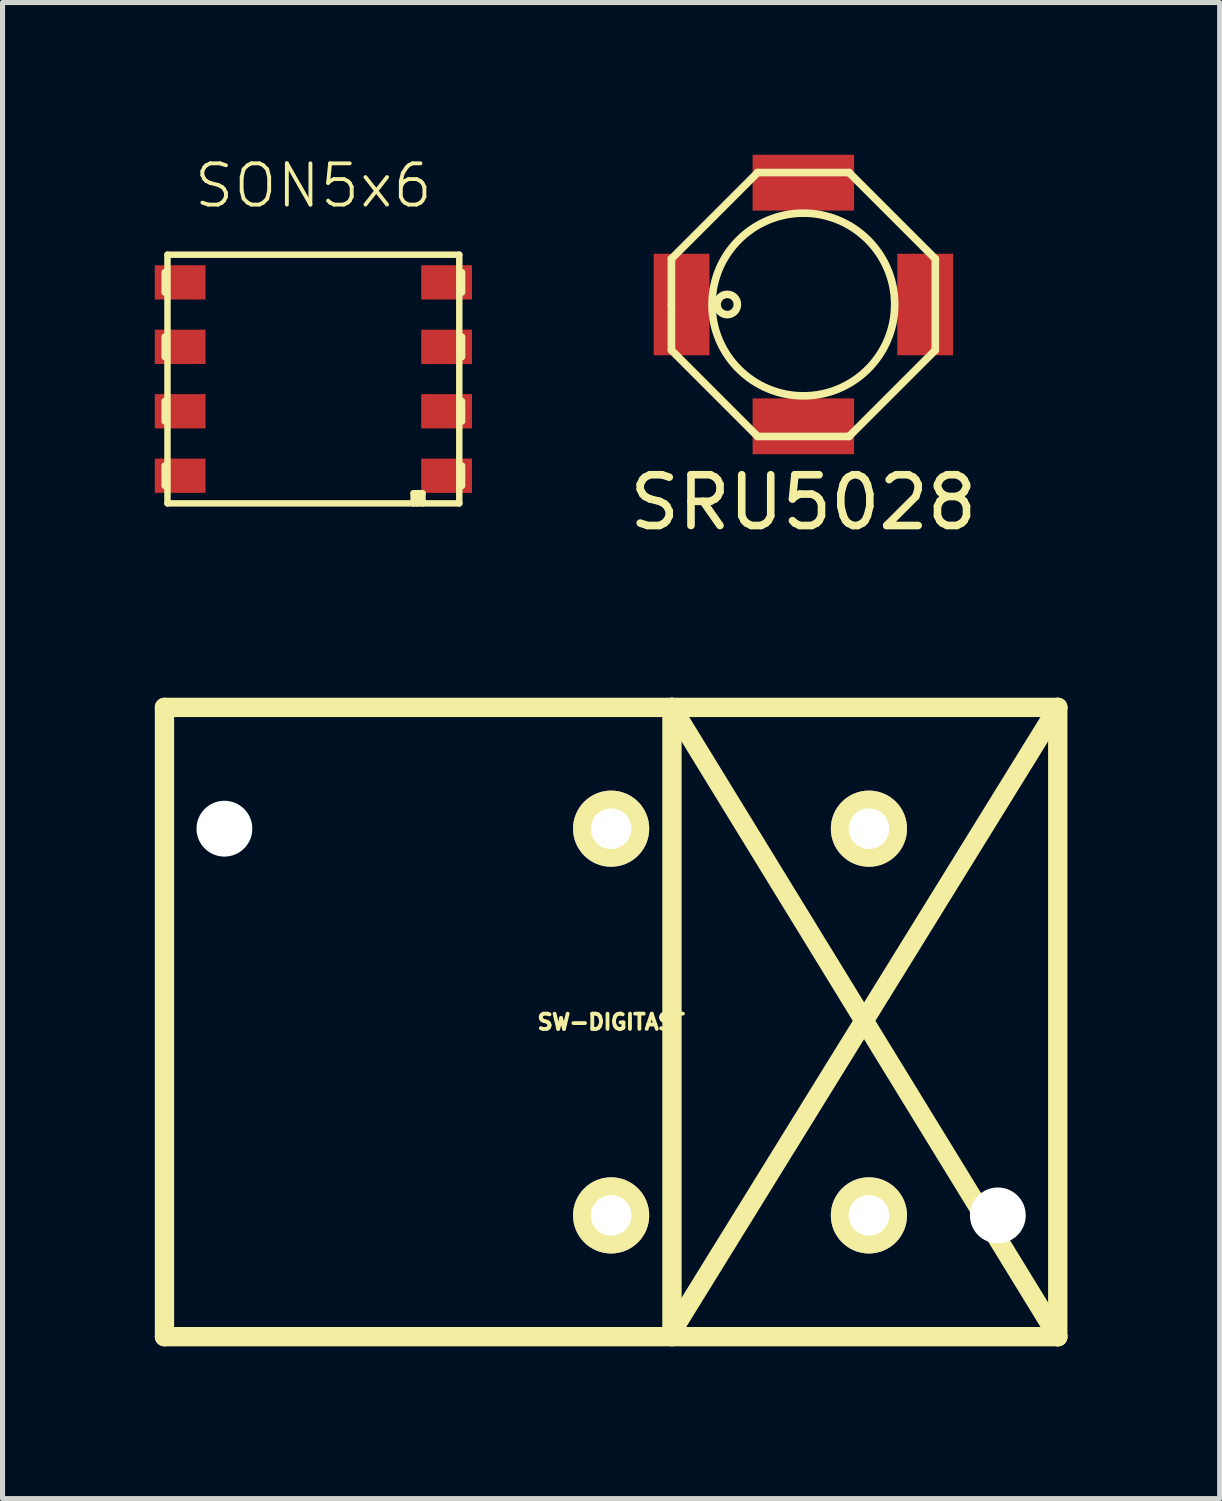
<source format=kicad_pcb>
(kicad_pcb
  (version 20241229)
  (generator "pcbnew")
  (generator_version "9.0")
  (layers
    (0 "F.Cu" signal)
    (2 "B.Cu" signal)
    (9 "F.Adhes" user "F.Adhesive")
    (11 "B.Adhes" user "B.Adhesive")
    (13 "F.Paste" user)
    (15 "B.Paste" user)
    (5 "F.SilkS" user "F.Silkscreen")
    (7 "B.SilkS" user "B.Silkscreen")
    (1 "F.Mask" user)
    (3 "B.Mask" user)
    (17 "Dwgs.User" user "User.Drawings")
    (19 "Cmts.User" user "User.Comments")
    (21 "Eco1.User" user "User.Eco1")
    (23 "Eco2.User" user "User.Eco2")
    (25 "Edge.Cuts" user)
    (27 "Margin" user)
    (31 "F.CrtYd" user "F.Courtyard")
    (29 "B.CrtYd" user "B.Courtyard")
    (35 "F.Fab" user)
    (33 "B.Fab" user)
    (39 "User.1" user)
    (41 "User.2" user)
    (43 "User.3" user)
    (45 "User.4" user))
  (footprint "SW-DIGITAST"
    (layer "F.Cu")
    (at 8.992 17.089)
    (property "Reference" "SW-DIGITAST" (at 0 0 0) (layer "F.SilkS") (effects (font (size 0.3 0.3) (thickness 0.076))))
    (attr through_hole)
    (fp_line (start -8.801 -6.2) (end 8.801 -6.2) (stroke (width 0.381) (type solid)) (layer "F.SilkS"))
    (fp_line (start -8.801 6.2) (end -8.801 -6.2) (stroke (width 0.381) (type solid)) (layer "F.SilkS"))
    (fp_line (start 1.199 -6.2) (end 1.199 6.2) (stroke (width 0.381) (type solid)) (layer "F.SilkS"))
    (fp_line (start 1.199 -6.2) (end 8.801 6.2) (stroke (width 0.381) (type solid)) (layer "F.SilkS"))
    (fp_line (start 1.199 6.101) (end 8.801 -6.2) (stroke (width 0.381) (type solid)) (layer "F.SilkS"))
    (fp_line (start 8.801 -6.2) (end 8.801 6.2) (stroke (width 0.381) (type solid)) (layer "F.SilkS"))
    (fp_line (start 8.801 6.2) (end -8.801 6.2) (stroke (width 0.381) (type solid)) (layer "F.SilkS"))
    (pad "" np_thru_hole circle (at -7.62 -3.81) (size 1.1 1.1) (drill 1.1) (layers "*.Cu"))
    (pad "" np_thru_hole circle (at 7.62 3.81) (size 1.1 1.1) (drill 1.1) (layers "*.Cu"))
    (pad "1" thru_hole circle (at 0 -3.81) (size 1.501 1.501) (drill 0.8) (layers "*.Cu" "*.Mask" "F.SilkS"))
    (pad "1" thru_hole circle (at 0 3.81) (size 1.501 1.501) (drill 0.8) (layers "*.Cu" "*.Mask" "F.SilkS"))
    (pad "2" thru_hole circle (at 5.08 3.81) (size 1.501 1.501) (drill 0.8) (layers "*.Cu" "*.Mask" "F.SilkS"))
    (pad "3" thru_hole circle (at 5.08 -3.81) (size 1.501 1.501) (drill 0.8) (layers "*.Cu" "*.Mask" "F.SilkS")))
  (footprint "SON5x6"
    (layer "F.Cu")
    (at 3.125 4.419)
    (property "Reference" "SON5x6" (at 0 -3.81 0) (layer "F.SilkS") (effects (font (size 0.813 0.813) (thickness 0.076))))
    (attr through_hole)
    (fp_line (start -2.93 -2.105) (end -2.93 -1.705) (stroke (width 0.127) (type solid)) (layer "F.SilkS"))
    (fp_line (start -2.93 -0.835) (end -2.93 -0.435) (stroke (width 0.127) (type solid)) (layer "F.SilkS"))
    (fp_line (start -2.93 0.835) (end -2.93 0.435) (stroke (width 0.127) (type solid)) (layer "F.SilkS"))
    (fp_line (start -2.93 2.105) (end -2.93 1.705) (stroke (width 0.127) (type solid)) (layer "F.SilkS"))
    (fp_line (start -2.875 -2.45) (end 2.875 -2.45) (stroke (width 0.127) (type solid)) (layer "F.SilkS"))
    (fp_line (start -2.875 2.45) (end -2.875 -2.45) (stroke (width 0.127) (type solid)) (layer "F.SilkS"))
    (fp_line (start 1.975 2.25) (end 2.15 2.25) (stroke (width 0.127) (type solid)) (layer "F.SilkS"))
    (fp_line (start 1.975 2.45) (end 1.975 2.25) (stroke (width 0.127) (type solid)) (layer "F.SilkS"))
    (fp_line (start 2.05 2.25) (end 2.05 2.45) (stroke (width 0.127) (type solid)) (layer "F.SilkS"))
    (fp_line (start 2.15 2.25) (end 2.15 2.45) (stroke (width 0.127) (type solid)) (layer "F.SilkS"))
    (fp_line (start 2.875 -2.45) (end 2.875 2.45) (stroke (width 0.127) (type solid)) (layer "F.SilkS"))
    (fp_line (start 2.875 2.45) (end -2.875 2.45) (stroke (width 0.127) (type solid)) (layer "F.SilkS"))
    (fp_line (start 2.93 -2.105) (end 2.93 -1.705) (stroke (width 0.127) (type solid)) (layer "F.SilkS"))
    (fp_line (start 2.93 -0.835) (end 2.93 -0.435) (stroke (width 0.127) (type solid)) (layer "F.SilkS"))
    (fp_line (start 2.93 0.835) (end 2.93 0.435) (stroke (width 0.127) (type solid)) (layer "F.SilkS"))
    (fp_line (start 2.93 2.105) (end 2.93 1.705) (stroke (width 0.127) (type solid)) (layer "F.SilkS"))
    (pad "1" smd rect (at 2.625 1.905) (size 1 0.675) (layers "F.Cu" "F.Mask" "F.Paste"))
    (pad "2" smd rect (at 2.625 0.635) (size 1 0.675) (layers "F.Cu" "F.Mask" "F.Paste"))
    (pad "3" smd rect (at 2.625 -0.635) (size 1 0.675) (layers "F.Cu" "F.Mask" "F.Paste"))
    (pad "4" smd rect (at 2.625 -1.905) (size 1 0.675) (layers "F.Cu" "F.Mask" "F.Paste"))
    (pad "5" smd rect (at -2.625 -1.905) (size 1 0.675) (layers "F.Cu" "F.Mask" "F.Paste"))
    (pad "6" smd rect (at -2.625 -0.635) (size 1 0.675) (layers "F.Cu" "F.Mask" "F.Paste"))
    (pad "7" smd rect (at -2.625 0.635) (size 1 0.675) (layers "F.Cu" "F.Mask" "F.Paste"))
    (pad "8" smd rect (at -2.625 1.905) (size 1 0.675) (layers "F.Cu" "F.Mask" "F.Paste")))
  (footprint "SRU5028"
    (layer "F.Cu")
    (at 12.78 2.95)
    (property "Reference" "SRU5028" (at 0 3.9 180) (layer "F.SilkS") (effects (font (size 1 1) (thickness 0.15))))
    (attr through_hole)
    (fp_line (start -2.6 -0.9) (end -0.9 -2.6) (stroke (width 0.15) (type solid)) (layer "F.SilkS"))
    (fp_line (start -2.6 0) (end -2.6 -0.9) (stroke (width 0.15) (type solid)) (layer "F.SilkS"))
    (fp_line (start -2.6 0.9) (end -2.6 0) (stroke (width 0.15) (type solid)) (layer "F.SilkS"))
    (fp_line (start -0.9 -2.6) (end 0.9 -2.6) (stroke (width 0.15) (type solid)) (layer "F.SilkS"))
    (fp_line (start -0.9 2.6) (end -2.6 0.9) (stroke (width 0.15) (type solid)) (layer "F.SilkS"))
    (fp_line (start 0.9 -2.6) (end 2.6 -0.9) (stroke (width 0.15) (type solid)) (layer "F.SilkS"))
    (fp_line (start 0.9 2.6) (end -0.9 2.6) (stroke (width 0.15) (type solid)) (layer "F.SilkS"))
    (fp_line (start 2.6 -0.9) (end 2.6 0.9) (stroke (width 0.15) (type solid)) (layer "F.SilkS"))
    (fp_line (start 2.6 0.9) (end 0.9 2.6) (stroke (width 0.15) (type solid)) (layer "F.SilkS"))
    (fp_circle (center -1.5 0) (end -1.3 0) (stroke (width 0.15) (type solid)) (fill no) (layer "F.SilkS"))
    (fp_circle (center 0 0) (end 1.8 0) (stroke (width 0.15) (type solid)) (fill no) (layer "F.SilkS"))
    (pad "1" smd rect (at -2.4 0 90) (size 2 1.1) (layers "F.Cu" "F.Mask" "F.Paste"))
    (pad "2" smd rect (at 2.4 0 90) (size 2 1.1) (layers "F.Cu" "F.Mask" "F.Paste"))
    (pad "NC" connect rect (at 0 -2.4) (size 2 1.1) (layers "F.Cu" "F.Mask"))
    (pad "NC" connect rect (at 0 2.4) (size 2 1.1) (layers "F.Cu" "F.Mask")))
  (gr_rect
    (start -3 -3)
    (end 20.983 26.48)
    (stroke (width 0.1) (type default))
    (fill no)
    (layer "Edge.Cuts")))
</source>
